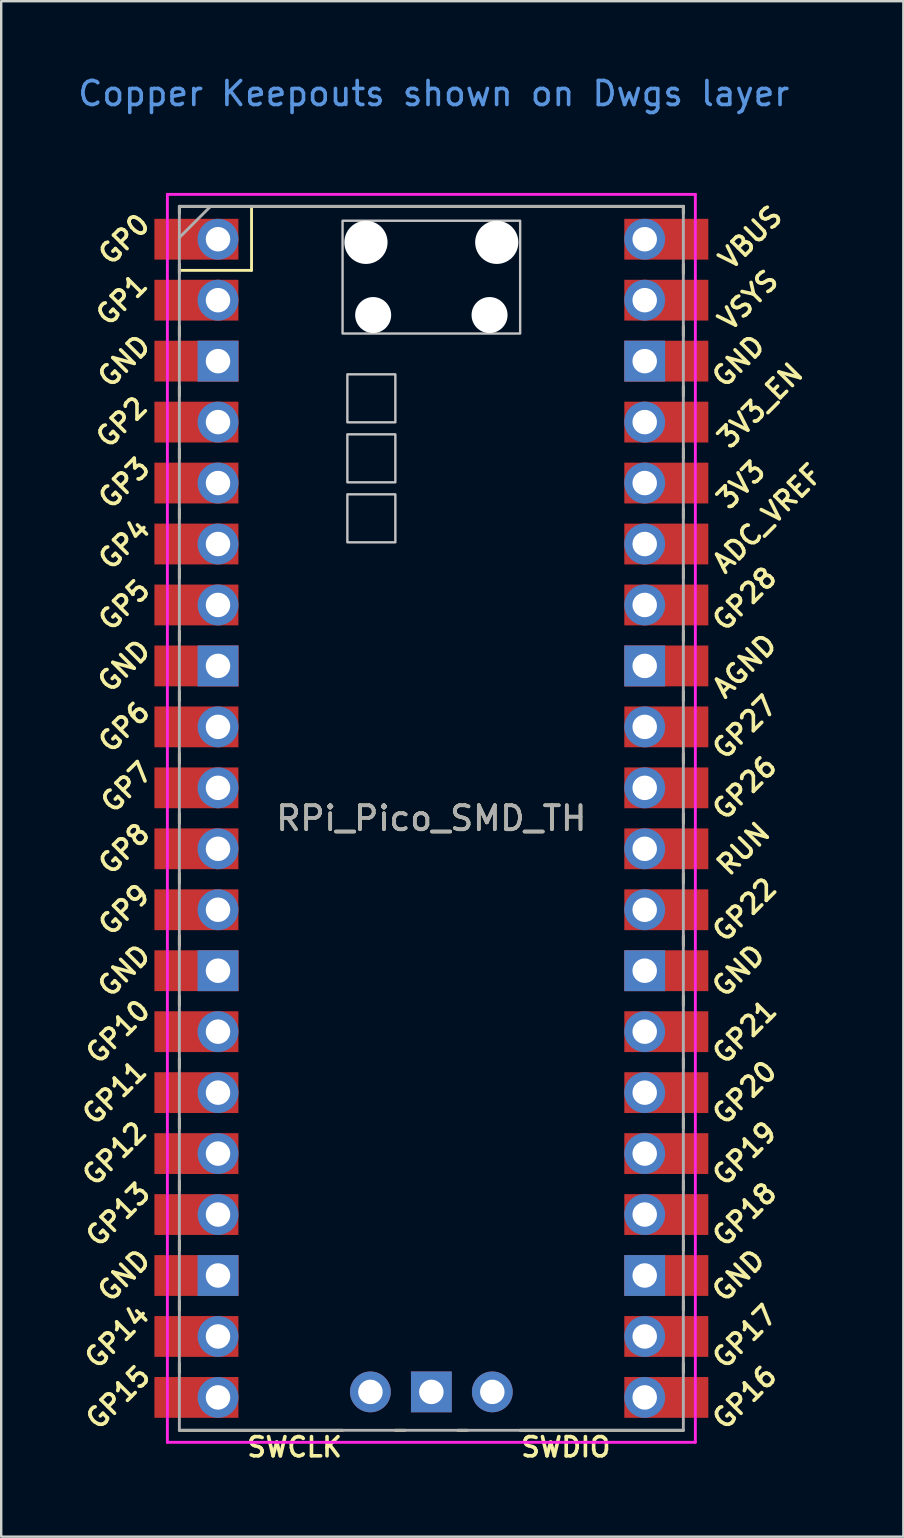
<source format=kicad_pcb>
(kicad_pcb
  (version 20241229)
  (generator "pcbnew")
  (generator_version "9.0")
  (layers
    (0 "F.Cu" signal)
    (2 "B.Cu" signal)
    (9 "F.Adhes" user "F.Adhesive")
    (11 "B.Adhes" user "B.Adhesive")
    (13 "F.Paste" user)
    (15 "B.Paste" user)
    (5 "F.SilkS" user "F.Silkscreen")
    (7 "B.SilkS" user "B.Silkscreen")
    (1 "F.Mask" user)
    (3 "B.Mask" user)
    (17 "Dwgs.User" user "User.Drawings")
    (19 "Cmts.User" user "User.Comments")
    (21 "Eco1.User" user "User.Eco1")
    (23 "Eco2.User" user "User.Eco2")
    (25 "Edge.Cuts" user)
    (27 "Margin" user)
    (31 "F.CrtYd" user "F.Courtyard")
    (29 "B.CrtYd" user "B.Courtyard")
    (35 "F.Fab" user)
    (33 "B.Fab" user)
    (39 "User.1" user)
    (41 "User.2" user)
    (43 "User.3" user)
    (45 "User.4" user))
  (footprint "RPi_Pico_SMD_TH"
    (layer "F.Cu")
    (at 14.924 31.048)
    (property "Reference" "RPi_Pico_SMD_TH" (at 0 0 0) (layer "F.SilkS") (effects (font (size 1 1) (thickness 0.15))))
    (fp_line (start -10.5 -25.5) (end -10.5 -25.2) (stroke (width 0.12) (type solid)) (layer "F.SilkS"))
    (fp_line (start -10.5 -25.5) (end 10.5 -25.5) (stroke (width 0.12) (type solid)) (layer "F.SilkS"))
    (fp_line (start -10.5 -23.1) (end -10.5 -22.7) (stroke (width 0.12) (type solid)) (layer "F.SilkS"))
    (fp_line (start -10.5 -22.833) (end -7.493 -22.833) (stroke (width 0.12) (type solid)) (layer "F.SilkS"))
    (fp_line (start -10.5 -20.5) (end -10.5 -20.1) (stroke (width 0.12) (type solid)) (layer "F.SilkS"))
    (fp_line (start -10.5 -18) (end -10.5 -17.6) (stroke (width 0.12) (type solid)) (layer "F.SilkS"))
    (fp_line (start -10.5 -15.4) (end -10.5 -15) (stroke (width 0.12) (type solid)) (layer "F.SilkS"))
    (fp_line (start -10.5 -12.9) (end -10.5 -12.5) (stroke (width 0.12) (type solid)) (layer "F.SilkS"))
    (fp_line (start -10.5 -10.4) (end -10.5 -10) (stroke (width 0.12) (type solid)) (layer "F.SilkS"))
    (fp_line (start -10.5 -7.8) (end -10.5 -7.4) (stroke (width 0.12) (type solid)) (layer "F.SilkS"))
    (fp_line (start -10.5 -5.3) (end -10.5 -4.9) (stroke (width 0.12) (type solid)) (layer "F.SilkS"))
    (fp_line (start -10.5 -2.7) (end -10.5 -2.3) (stroke (width 0.12) (type solid)) (layer "F.SilkS"))
    (fp_line (start -10.5 -0.2) (end -10.5 0.2) (stroke (width 0.12) (type solid)) (layer "F.SilkS"))
    (fp_line (start -10.5 2.3) (end -10.5 2.7) (stroke (width 0.12) (type solid)) (layer "F.SilkS"))
    (fp_line (start -10.5 4.9) (end -10.5 5.3) (stroke (width 0.12) (type solid)) (layer "F.SilkS"))
    (fp_line (start -10.5 7.4) (end -10.5 7.8) (stroke (width 0.12) (type solid)) (layer "F.SilkS"))
    (fp_line (start -10.5 10) (end -10.5 10.4) (stroke (width 0.12) (type solid)) (layer "F.SilkS"))
    (fp_line (start -10.5 12.5) (end -10.5 12.9) (stroke (width 0.12) (type solid)) (layer "F.SilkS"))
    (fp_line (start -10.5 15.1) (end -10.5 15.5) (stroke (width 0.12) (type solid)) (layer "F.SilkS"))
    (fp_line (start -10.5 17.6) (end -10.5 18) (stroke (width 0.12) (type solid)) (layer "F.SilkS"))
    (fp_line (start -10.5 20.1) (end -10.5 20.5) (stroke (width 0.12) (type solid)) (layer "F.SilkS"))
    (fp_line (start -10.5 22.7) (end -10.5 23.1) (stroke (width 0.12) (type solid)) (layer "F.SilkS"))
    (fp_line (start -7.493 -22.833) (end -7.493 -25.5) (stroke (width 0.12) (type solid)) (layer "F.SilkS"))
    (fp_line (start -3.7 25.5) (end -10.5 25.5) (stroke (width 0.12) (type solid)) (layer "F.SilkS"))
    (fp_line (start -1.5 25.5) (end -1.1 25.5) (stroke (width 0.12) (type solid)) (layer "F.SilkS"))
    (fp_line (start 1.1 25.5) (end 1.5 25.5) (stroke (width 0.12) (type solid)) (layer "F.SilkS"))
    (fp_line (start 10.5 -25.5) (end 10.5 -25.2) (stroke (width 0.12) (type solid)) (layer "F.SilkS"))
    (fp_line (start 10.5 -23.1) (end 10.5 -22.7) (stroke (width 0.12) (type solid)) (layer "F.SilkS"))
    (fp_line (start 10.5 -20.5) (end 10.5 -20.1) (stroke (width 0.12) (type solid)) (layer "F.SilkS"))
    (fp_line (start 10.5 -18) (end 10.5 -17.6) (stroke (width 0.12) (type solid)) (layer "F.SilkS"))
    (fp_line (start 10.5 -15.4) (end 10.5 -15) (stroke (width 0.12) (type solid)) (layer "F.SilkS"))
    (fp_line (start 10.5 -12.9) (end 10.5 -12.5) (stroke (width 0.12) (type solid)) (layer "F.SilkS"))
    (fp_line (start 10.5 -10.4) (end 10.5 -10) (stroke (width 0.12) (type solid)) (layer "F.SilkS"))
    (fp_line (start 10.5 -7.8) (end 10.5 -7.4) (stroke (width 0.12) (type solid)) (layer "F.SilkS"))
    (fp_line (start 10.5 -5.3) (end 10.5 -4.9) (stroke (width 0.12) (type solid)) (layer "F.SilkS"))
    (fp_line (start 10.5 -2.7) (end 10.5 -2.3) (stroke (width 0.12) (type solid)) (layer "F.SilkS"))
    (fp_line (start 10.5 -0.2) (end 10.5 0.2) (stroke (width 0.12) (type solid)) (layer "F.SilkS"))
    (fp_line (start 10.5 2.3) (end 10.5 2.7) (stroke (width 0.12) (type solid)) (layer "F.SilkS"))
    (fp_line (start 10.5 4.9) (end 10.5 5.3) (stroke (width 0.12) (type solid)) (layer "F.SilkS"))
    (fp_line (start 10.5 7.4) (end 10.5 7.8) (stroke (width 0.12) (type solid)) (layer "F.SilkS"))
    (fp_line (start 10.5 10) (end 10.5 10.4) (stroke (width 0.12) (type solid)) (layer "F.SilkS"))
    (fp_line (start 10.5 12.5) (end 10.5 12.9) (stroke (width 0.12) (type solid)) (layer "F.SilkS"))
    (fp_line (start 10.5 15.1) (end 10.5 15.5) (stroke (width 0.12) (type solid)) (layer "F.SilkS"))
    (fp_line (start 10.5 17.6) (end 10.5 18) (stroke (width 0.12) (type solid)) (layer "F.SilkS"))
    (fp_line (start 10.5 20.1) (end 10.5 20.5) (stroke (width 0.12) (type solid)) (layer "F.SilkS"))
    (fp_line (start 10.5 22.7) (end 10.5 23.1) (stroke (width 0.12) (type solid)) (layer "F.SilkS"))
    (fp_line (start 10.5 25.5) (end 3.7 25.5) (stroke (width 0.12) (type solid)) (layer "F.SilkS"))
    (fp_poly (pts (xy -1.5 -16.5) (xy -3.5 -16.5) (xy -3.5 -18.5) (xy -1.5 -18.5)) (stroke (width 0.1) (type solid)) (fill no) (layer "Dwgs.User"))
    (fp_poly (pts (xy -1.5 -14) (xy -3.5 -14) (xy -3.5 -16) (xy -1.5 -16)) (stroke (width 0.1) (type solid)) (fill no) (layer "Dwgs.User"))
    (fp_poly (pts (xy -1.5 -11.5) (xy -3.5 -11.5) (xy -3.5 -13.5) (xy -1.5 -13.5)) (stroke (width 0.1) (type solid)) (fill no) (layer "Dwgs.User"))
    (fp_poly (pts (xy 3.7 -20.2) (xy -3.7 -20.2) (xy -3.7 -24.9) (xy 3.7 -24.9)) (stroke (width 0.1) (type solid)) (fill no) (layer "Dwgs.User"))
    (fp_line (start -11 -26) (end 11 -26) (stroke (width 0.12) (type solid)) (layer "F.CrtYd"))
    (fp_line (start -11 26) (end -11 -26) (stroke (width 0.12) (type solid)) (layer "F.CrtYd"))
    (fp_line (start 11 -26) (end 11 26) (stroke (width 0.12) (type solid)) (layer "F.CrtYd"))
    (fp_line (start 11 26) (end -11 26) (stroke (width 0.12) (type solid)) (layer "F.CrtYd"))
    (fp_line (start -10.5 -25.5) (end 10.5 -25.5) (stroke (width 0.12) (type solid)) (layer "F.Fab"))
    (fp_line (start -10.5 -24.2) (end -9.2 -25.5) (stroke (width 0.12) (type solid)) (layer "F.Fab"))
    (fp_line (start -10.5 25.5) (end -10.5 -25.5) (stroke (width 0.12) (type solid)) (layer "F.Fab"))
    (fp_line (start 10.5 -25.5) (end 10.5 25.5) (stroke (width 0.12) (type solid)) (layer "F.Fab"))
    (fp_line (start 10.5 25.5) (end -10.5 25.5) (stroke (width 0.12) (type solid)) (layer "F.Fab"))
    (fp_text user "GP27" (at 13.054 -3.8 45) (layer "F.SilkS") (effects (font (size 0.8 0.8) (thickness 0.15))))
    (fp_text user "GP11" (at -13.2 11.43 45) (layer "F.SilkS") (effects (font (size 0.8 0.8) (thickness 0.15))))
    (fp_text user "GND" (at -12.8 -19.05 45) (layer "F.SilkS") (effects (font (size 0.8 0.8) (thickness 0.15))))
    (fp_text user "3V3" (at 12.9 -13.9 45) (layer "F.SilkS") (effects (font (size 0.8 0.8) (thickness 0.15))))
    (fp_text user "SWCLK" (at -5.7 26.2 0) (layer "F.SilkS") (effects (font (size 0.8 0.8) (thickness 0.15))))
    (fp_text user "RUN" (at 13 1.27 45) (layer "F.SilkS") (effects (font (size 0.8 0.8) (thickness 0.15))))
    (fp_text user "GND" (at 12.8 19.05 45) (layer "F.SilkS") (effects (font (size 0.8 0.8) (thickness 0.15))))
    (fp_text user "GP7" (at -12.7 -1.3 45) (layer "F.SilkS") (effects (font (size 0.8 0.8) (thickness 0.15))))
    (fp_text user "GND" (at 12.8 6.35 45) (layer "F.SilkS") (effects (font (size 0.8 0.8) (thickness 0.15))))
    (fp_text user "GP1" (at -12.9 -21.6 45) (layer "F.SilkS") (effects (font (size 0.8 0.8) (thickness 0.15))))
    (fp_text user "GP15" (at -13.054 24.13 45) (layer "F.SilkS") (effects (font (size 0.8 0.8) (thickness 0.15))))
    (fp_text user "GP3" (at -12.8 -13.97 45) (layer "F.SilkS") (effects (font (size 0.8 0.8) (thickness 0.15))))
    (fp_text user "GND" (at 12.8 -19.05 45) (layer "F.SilkS") (effects (font (size 0.8 0.8) (thickness 0.15))))
    (fp_text user "GP0" (at -12.8 -24.13 45) (layer "F.SilkS") (effects (font (size 0.8 0.8) (thickness 0.15))))
    (fp_text user "GP28" (at 13.054 -9.144 45) (layer "F.SilkS") (effects (font (size 0.8 0.8) (thickness 0.15))))
    (fp_text user "GP6" (at -12.8 -3.81 45) (layer "F.SilkS") (effects (font (size 0.8 0.8) (thickness 0.15))))
    (fp_text user "GP8" (at -12.8 1.27 45) (layer "F.SilkS") (effects (font (size 0.8 0.8) (thickness 0.15))))
    (fp_text user "GP18" (at 13.054 16.51 45) (layer "F.SilkS") (effects (font (size 0.8 0.8) (thickness 0.15))))
    (fp_text user "AGND" (at 13.054 -6.35 45) (layer "F.SilkS") (effects (font (size 0.8 0.8) (thickness 0.15))))
    (fp_text user "GP19" (at 13.054 13.97 45) (layer "F.SilkS") (effects (font (size 0.8 0.8) (thickness 0.15))))
    (fp_text user "GP10" (at -13.054 8.89 45) (layer "F.SilkS") (effects (font (size 0.8 0.8) (thickness 0.15))))
    (fp_text user "SWDIO" (at 5.6 26.2 0) (layer "F.SilkS") (effects (font (size 0.8 0.8) (thickness 0.15))))
    (fp_text user "GP26" (at 13.054 -1.27 45) (layer "F.SilkS") (effects (font (size 0.8 0.8) (thickness 0.15))))
    (fp_text user "GP9" (at -12.8 3.81 45) (layer "F.SilkS") (effects (font (size 0.8 0.8) (thickness 0.15))))
    (fp_text user "GND" (at -12.8 19.05 45) (layer "F.SilkS") (effects (font (size 0.8 0.8) (thickness 0.15))))
    (fp_text user "GP13" (at -13.054 16.51 45) (layer "F.SilkS") (effects (font (size 0.8 0.8) (thickness 0.15))))
    (fp_text user "GP20" (at 13.054 11.43 45) (layer "F.SilkS") (effects (font (size 0.8 0.8) (thickness 0.15))))
    (fp_text user "VSYS" (at 13.2 -21.59 45) (layer "F.SilkS") (effects (font (size 0.8 0.8) (thickness 0.15))))
    (fp_text user "GP5" (at -12.8 -8.89 45) (layer "F.SilkS") (effects (font (size 0.8 0.8) (thickness 0.15))))
    (fp_text user "GP4" (at -12.8 -11.43 45) (layer "F.SilkS") (effects (font (size 0.8 0.8) (thickness 0.15))))
    (fp_text user "GP22" (at 13.054 3.81 45) (layer "F.SilkS") (effects (font (size 0.8 0.8) (thickness 0.15))))
    (fp_text user "GP14" (at -13.1 21.59 45) (layer "F.SilkS") (effects (font (size 0.8 0.8) (thickness 0.15))))
    (fp_text user "3V3_EN" (at 13.7 -17.2 45) (layer "F.SilkS") (effects (font (size 0.8 0.8) (thickness 0.15))))
    (fp_text user "GND" (at -12.8 -6.35 45) (layer "F.SilkS") (effects (font (size 0.8 0.8) (thickness 0.15))))
    (fp_text user "GP21" (at 13.054 8.9 45) (layer "F.SilkS") (effects (font (size 0.8 0.8) (thickness 0.15))))
    (fp_text user "GP16" (at 13.054 24.13 45) (layer "F.SilkS") (effects (font (size 0.8 0.8) (thickness 0.15))))
    (fp_text user "GP12" (at -13.2 13.97 45) (layer "F.SilkS") (effects (font (size 0.8 0.8) (thickness 0.15))))
    (fp_text user "VBUS" (at 13.3 -24.2 45) (layer "F.SilkS") (effects (font (size 0.8 0.8) (thickness 0.15))))
    (fp_text user "GP2" (at -12.9 -16.51 45) (layer "F.SilkS") (effects (font (size 0.8 0.8) (thickness 0.15))))
    (fp_text user "GP17" (at 13.054 21.59 45) (layer "F.SilkS") (effects (font (size 0.8 0.8) (thickness 0.15))))
    (fp_text user "ADC_VREF" (at 14 -12.5 45) (layer "F.SilkS") (effects (font (size 0.8 0.8) (thickness 0.15))))
    (fp_text user "GND" (at -12.8 6.35 45) (layer "F.SilkS") (effects (font (size 0.8 0.8) (thickness 0.15))))
    (fp_text user "Copper Keepouts shown on Dwgs layer" (at 0.1 -30.2 0) (layer "Cmts.User") (effects (font (size 1 1) (thickness 0.15))))
    (fp_text user "${REFERENCE}" (at 0 0 180) (layer "F.Fab") (effects (font (size 1 1) (thickness 0.15))))
    (pad "" np_thru_hole oval (at -2.725 -24) (size 1.8 1.8) (drill 1.8) (layers "*.Cu" "*.Mask"))
    (pad "" np_thru_hole oval (at -2.425 -20.97) (size 1.5 1.5) (drill 1.5) (layers "*.Cu" "*.Mask"))
    (pad "" np_thru_hole oval (at 2.425 -20.97) (size 1.5 1.5) (drill 1.5) (layers "*.Cu" "*.Mask"))
    (pad "" np_thru_hole oval (at 2.725 -24) (size 1.8 1.8) (drill 1.8) (layers "*.Cu" "*.Mask"))
    (pad "1" thru_hole oval (at -8.89 -24.13) (size 1.7 1.7) (drill 1.02) (layers "*.Cu" "*.Mask"))
    (pad "1" smd rect (at -8.89 -24.13) (size 3.5 1.7) (drill (offset -0.9 0)) (layers "F.Cu" "F.Mask"))
    (pad "2" thru_hole oval (at -8.89 -21.59) (size 1.7 1.7) (drill 1.02) (layers "*.Cu" "*.Mask"))
    (pad "2" smd rect (at -8.89 -21.59) (size 3.5 1.7) (drill (offset -0.9 0)) (layers "F.Cu" "F.Mask"))
    (pad "3" thru_hole rect (at -8.89 -19.05) (size 1.7 1.7) (drill 1.02) (layers "*.Cu" "*.Mask"))
    (pad "3" smd rect (at -8.89 -19.05) (size 3.5 1.7) (drill (offset -0.9 0)) (layers "F.Cu" "F.Mask"))
    (pad "4" thru_hole oval (at -8.89 -16.51) (size 1.7 1.7) (drill 1.02) (layers "*.Cu" "*.Mask"))
    (pad "4" smd rect (at -8.89 -16.51) (size 3.5 1.7) (drill (offset -0.9 0)) (layers "F.Cu" "F.Mask"))
    (pad "5" thru_hole oval (at -8.89 -13.97) (size 1.7 1.7) (drill 1.02) (layers "*.Cu" "*.Mask"))
    (pad "5" smd rect (at -8.89 -13.97) (size 3.5 1.7) (drill (offset -0.9 0)) (layers "F.Cu" "F.Mask"))
    (pad "6" thru_hole oval (at -8.89 -11.43) (size 1.7 1.7) (drill 1.02) (layers "*.Cu" "*.Mask"))
    (pad "6" smd rect (at -8.89 -11.43) (size 3.5 1.7) (drill (offset -0.9 0)) (layers "F.Cu" "F.Mask"))
    (pad "7" thru_hole oval (at -8.89 -8.89) (size 1.7 1.7) (drill 1.02) (layers "*.Cu" "*.Mask"))
    (pad "7" smd rect (at -8.89 -8.89) (size 3.5 1.7) (drill (offset -0.9 0)) (layers "F.Cu" "F.Mask"))
    (pad "8" thru_hole rect (at -8.89 -6.35) (size 1.7 1.7) (drill 1.02) (layers "*.Cu" "*.Mask"))
    (pad "8" smd rect (at -8.89 -6.35) (size 3.5 1.7) (drill (offset -0.9 0)) (layers "F.Cu" "F.Mask"))
    (pad "9" thru_hole oval (at -8.89 -3.81) (size 1.7 1.7) (drill 1.02) (layers "*.Cu" "*.Mask"))
    (pad "9" smd rect (at -8.89 -3.81) (size 3.5 1.7) (drill (offset -0.9 0)) (layers "F.Cu" "F.Mask"))
    (pad "10" thru_hole oval (at -8.89 -1.27) (size 1.7 1.7) (drill 1.02) (layers "*.Cu" "*.Mask"))
    (pad "10" smd rect (at -8.89 -1.27) (size 3.5 1.7) (drill (offset -0.9 0)) (layers "F.Cu" "F.Mask"))
    (pad "11" thru_hole oval (at -8.89 1.27) (size 1.7 1.7) (drill 1.02) (layers "*.Cu" "*.Mask"))
    (pad "11" smd rect (at -8.89 1.27) (size 3.5 1.7) (drill (offset -0.9 0)) (layers "F.Cu" "F.Mask"))
    (pad "12" thru_hole oval (at -8.89 3.81) (size 1.7 1.7) (drill 1.02) (layers "*.Cu" "*.Mask"))
    (pad "12" smd rect (at -8.89 3.81) (size 3.5 1.7) (drill (offset -0.9 0)) (layers "F.Cu" "F.Mask"))
    (pad "13" thru_hole rect (at -8.89 6.35) (size 1.7 1.7) (drill 1.02) (layers "*.Cu" "*.Mask"))
    (pad "13" smd rect (at -8.89 6.35) (size 3.5 1.7) (drill (offset -0.9 0)) (layers "F.Cu" "F.Mask"))
    (pad "14" thru_hole oval (at -8.89 8.89) (size 1.7 1.7) (drill 1.02) (layers "*.Cu" "*.Mask"))
    (pad "14" smd rect (at -8.89 8.89) (size 3.5 1.7) (drill (offset -0.9 0)) (layers "F.Cu" "F.Mask"))
    (pad "15" thru_hole oval (at -8.89 11.43) (size 1.7 1.7) (drill 1.02) (layers "*.Cu" "*.Mask"))
    (pad "15" smd rect (at -8.89 11.43) (size 3.5 1.7) (drill (offset -0.9 0)) (layers "F.Cu" "F.Mask"))
    (pad "16" thru_hole oval (at -8.89 13.97) (size 1.7 1.7) (drill 1.02) (layers "*.Cu" "*.Mask"))
    (pad "16" smd rect (at -8.89 13.97) (size 3.5 1.7) (drill (offset -0.9 0)) (layers "F.Cu" "F.Mask"))
    (pad "17" thru_hole oval (at -8.89 16.51) (size 1.7 1.7) (drill 1.02) (layers "*.Cu" "*.Mask"))
    (pad "17" smd rect (at -8.89 16.51) (size 3.5 1.7) (drill (offset -0.9 0)) (layers "F.Cu" "F.Mask"))
    (pad "18" thru_hole rect (at -8.89 19.05) (size 1.7 1.7) (drill 1.02) (layers "*.Cu" "*.Mask"))
    (pad "18" smd rect (at -8.89 19.05) (size 3.5 1.7) (drill (offset -0.9 0)) (layers "F.Cu" "F.Mask"))
    (pad "19" thru_hole oval (at -8.89 21.59) (size 1.7 1.7) (drill 1.02) (layers "*.Cu" "*.Mask"))
    (pad "19" smd rect (at -8.89 21.59) (size 3.5 1.7) (drill (offset -0.9 0)) (layers "F.Cu" "F.Mask"))
    (pad "20" thru_hole oval (at -8.89 24.13) (size 1.7 1.7) (drill 1.02) (layers "*.Cu" "*.Mask"))
    (pad "20" smd rect (at -8.89 24.13) (size 3.5 1.7) (drill (offset -0.9 0)) (layers "F.Cu" "F.Mask"))
    (pad "21" thru_hole oval (at 8.89 24.13) (size 1.7 1.7) (drill 1.02) (layers "*.Cu" "*.Mask"))
    (pad "21" smd rect (at 8.89 24.13) (size 3.5 1.7) (drill (offset 0.9 0)) (layers "F.Cu" "F.Mask"))
    (pad "22" thru_hole oval (at 8.89 21.59) (size 1.7 1.7) (drill 1.02) (layers "*.Cu" "*.Mask"))
    (pad "22" smd rect (at 8.89 21.59) (size 3.5 1.7) (drill (offset 0.9 0)) (layers "F.Cu" "F.Mask"))
    (pad "23" thru_hole rect (at 8.89 19.05) (size 1.7 1.7) (drill 1.02) (layers "*.Cu" "*.Mask"))
    (pad "23" smd rect (at 8.89 19.05) (size 3.5 1.7) (drill (offset 0.9 0)) (layers "F.Cu" "F.Mask"))
    (pad "24" thru_hole oval (at 8.89 16.51) (size 1.7 1.7) (drill 1.02) (layers "*.Cu" "*.Mask"))
    (pad "24" smd rect (at 8.89 16.51) (size 3.5 1.7) (drill (offset 0.9 0)) (layers "F.Cu" "F.Mask"))
    (pad "25" thru_hole oval (at 8.89 13.97) (size 1.7 1.7) (drill 1.02) (layers "*.Cu" "*.Mask"))
    (pad "25" smd rect (at 8.89 13.97) (size 3.5 1.7) (drill (offset 0.9 0)) (layers "F.Cu" "F.Mask"))
    (pad "26" thru_hole oval (at 8.89 11.43) (size 1.7 1.7) (drill 1.02) (layers "*.Cu" "*.Mask"))
    (pad "26" smd rect (at 8.89 11.43) (size 3.5 1.7) (drill (offset 0.9 0)) (layers "F.Cu" "F.Mask"))
    (pad "27" thru_hole oval (at 8.89 8.89) (size 1.7 1.7) (drill 1.02) (layers "*.Cu" "*.Mask"))
    (pad "27" smd rect (at 8.89 8.89) (size 3.5 1.7) (drill (offset 0.9 0)) (layers "F.Cu" "F.Mask"))
    (pad "28" thru_hole rect (at 8.89 6.35) (size 1.7 1.7) (drill 1.02) (layers "*.Cu" "*.Mask"))
    (pad "28" smd rect (at 8.89 6.35) (size 3.5 1.7) (drill (offset 0.9 0)) (layers "F.Cu" "F.Mask"))
    (pad "29" thru_hole oval (at 8.89 3.81) (size 1.7 1.7) (drill 1.02) (layers "*.Cu" "*.Mask"))
    (pad "29" smd rect (at 8.89 3.81) (size 3.5 1.7) (drill (offset 0.9 0)) (layers "F.Cu" "F.Mask"))
    (pad "30" thru_hole oval (at 8.89 1.27) (size 1.7 1.7) (drill 1.02) (layers "*.Cu" "*.Mask"))
    (pad "30" smd rect (at 8.89 1.27) (size 3.5 1.7) (drill (offset 0.9 0)) (layers "F.Cu" "F.Mask"))
    (pad "31" thru_hole oval (at 8.89 -1.27) (size 1.7 1.7) (drill 1.02) (layers "*.Cu" "*.Mask"))
    (pad "31" smd rect (at 8.89 -1.27) (size 3.5 1.7) (drill (offset 0.9 0)) (layers "F.Cu" "F.Mask"))
    (pad "32" thru_hole oval (at 8.89 -3.81) (size 1.7 1.7) (drill 1.02) (layers "*.Cu" "*.Mask"))
    (pad "32" smd rect (at 8.89 -3.81) (size 3.5 1.7) (drill (offset 0.9 0)) (layers "F.Cu" "F.Mask"))
    (pad "33" thru_hole rect (at 8.89 -6.35) (size 1.7 1.7) (drill 1.02) (layers "*.Cu" "*.Mask"))
    (pad "33" smd rect (at 8.89 -6.35) (size 3.5 1.7) (drill (offset 0.9 0)) (layers "F.Cu" "F.Mask"))
    (pad "34" thru_hole oval (at 8.89 -8.89) (size 1.7 1.7) (drill 1.02) (layers "*.Cu" "*.Mask"))
    (pad "34" smd rect (at 8.89 -8.89) (size 3.5 1.7) (drill (offset 0.9 0)) (layers "F.Cu" "F.Mask"))
    (pad "35" thru_hole oval (at 8.89 -11.43) (size 1.7 1.7) (drill 1.02) (layers "*.Cu" "*.Mask"))
    (pad "35" smd rect (at 8.89 -11.43) (size 3.5 1.7) (drill (offset 0.9 0)) (layers "F.Cu" "F.Mask"))
    (pad "36" thru_hole oval (at 8.89 -13.97) (size 1.7 1.7) (drill 1.02) (layers "*.Cu" "*.Mask"))
    (pad "36" smd rect (at 8.89 -13.97) (size 3.5 1.7) (drill (offset 0.9 0)) (layers "F.Cu" "F.Mask"))
    (pad "37" thru_hole oval (at 8.89 -16.51) (size 1.7 1.7) (drill 1.02) (layers "*.Cu" "*.Mask"))
    (pad "37" smd rect (at 8.89 -16.51) (size 3.5 1.7) (drill (offset 0.9 0)) (layers "F.Cu" "F.Mask"))
    (pad "38" thru_hole rect (at 8.89 -19.05) (size 1.7 1.7) (drill 1.02) (layers "*.Cu" "*.Mask"))
    (pad "38" smd rect (at 8.89 -19.05) (size 3.5 1.7) (drill (offset 0.9 0)) (layers "F.Cu" "F.Mask"))
    (pad "39" thru_hole oval (at 8.89 -21.59) (size 1.7 1.7) (drill 1.02) (layers "*.Cu" "*.Mask"))
    (pad "39" smd rect (at 8.89 -21.59) (size 3.5 1.7) (drill (offset 0.9 0)) (layers "F.Cu" "F.Mask"))
    (pad "40" thru_hole oval (at 8.89 -24.13) (size 1.7 1.7) (drill 1.02) (layers "*.Cu" "*.Mask"))
    (pad "40" smd rect (at 8.89 -24.13) (size 3.5 1.7) (drill (offset 0.9 0)) (layers "F.Cu" "F.Mask"))
    (pad "41" thru_hole oval (at -2.54 23.9) (size 1.7 1.7) (drill 1.02) (layers "*.Cu" "*.Mask"))
    (pad "42" thru_hole rect (at 0 23.9) (size 1.7 1.7) (drill 1.02) (layers "*.Cu" "*.Mask"))
    (pad "43" thru_hole oval (at 2.54 23.9) (size 1.7 1.7) (drill 1.02) (layers "*.Cu" "*.Mask")))
  (gr_rect
    (start -3 -3)
    (end 34.591 60.98)
    (stroke (width 0.1) (type default))
    (fill no)
    (layer "Edge.Cuts")))
</source>
